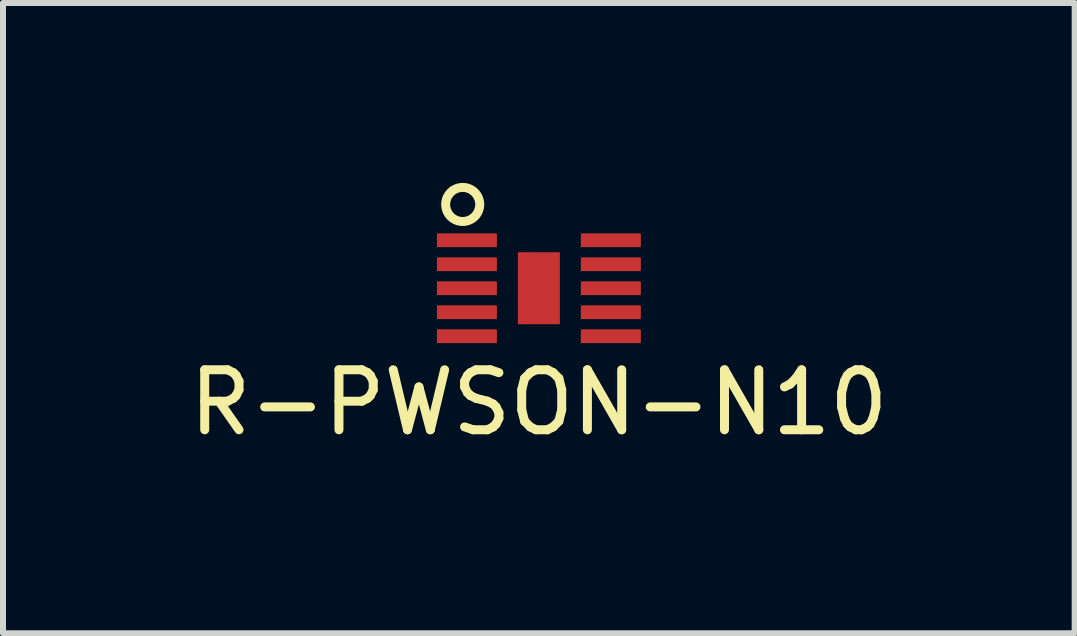
<source format=kicad_pcb>
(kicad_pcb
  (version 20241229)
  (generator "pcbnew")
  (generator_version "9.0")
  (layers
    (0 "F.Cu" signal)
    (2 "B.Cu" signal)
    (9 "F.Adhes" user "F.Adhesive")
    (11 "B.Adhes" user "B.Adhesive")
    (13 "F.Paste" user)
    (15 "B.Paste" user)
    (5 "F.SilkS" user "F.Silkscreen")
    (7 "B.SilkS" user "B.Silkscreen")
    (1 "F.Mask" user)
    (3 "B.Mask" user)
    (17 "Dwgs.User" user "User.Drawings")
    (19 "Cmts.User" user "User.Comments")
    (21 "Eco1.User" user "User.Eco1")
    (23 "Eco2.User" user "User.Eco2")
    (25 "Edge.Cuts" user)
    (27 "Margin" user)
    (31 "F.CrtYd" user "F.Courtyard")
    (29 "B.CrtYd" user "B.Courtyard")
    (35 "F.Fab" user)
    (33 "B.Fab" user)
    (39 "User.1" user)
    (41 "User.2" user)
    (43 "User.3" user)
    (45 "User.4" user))
  (footprint "R-PWSON-N10"
    (layer "F.Cu")
    (at 5.935 1.756)
    (property "Reference" "R-PWSON-N10" (at 0 1.905 0) (layer "F.SilkS") (effects (font (size 1 1) (thickness 0.15))))
    (attr through_hole)
    (fp_circle (center -1.27 -1.397) (end -1.016 -1.524) (stroke (width 0.15) (type solid)) (fill no) (layer "F.SilkS"))
    (pad "1" smd rect (at -1.2 -0.8) (size 1 0.23) (layers "F.Cu" "F.Mask" "F.Paste"))
    (pad "2" smd rect (at -1.2 -0.4) (size 1 0.23) (layers "F.Cu" "F.Mask" "F.Paste"))
    (pad "3" smd rect (at -1.2 0) (size 1 0.23) (layers "F.Cu" "F.Mask" "F.Paste"))
    (pad "4" smd rect (at -1.2 0.4) (size 1 0.23) (layers "F.Cu" "F.Mask" "F.Paste"))
    (pad "5" smd rect (at -1.2 0.8) (size 1 0.23) (layers "F.Cu" "F.Mask" "F.Paste"))
    (pad "6" smd rect (at 1.2 0.8) (size 1 0.23) (layers "F.Cu" "F.Mask" "F.Paste"))
    (pad "7" smd rect (at 1.2 0.4) (size 1 0.23) (layers "F.Cu" "F.Mask" "F.Paste"))
    (pad "8" smd rect (at 1.2 0) (size 1 0.23) (layers "F.Cu" "F.Mask" "F.Paste"))
    (pad "9" smd rect (at 1.2 -0.4) (size 1 0.23) (layers "F.Cu" "F.Mask" "F.Paste"))
    (pad "10" smd rect (at 1.2 -0.8) (size 1 0.23) (layers "F.Cu" "F.Mask" "F.Paste"))
    (pad "PAD" smd rect (at 0 0) (size 0.7 1.2) (layers "F.Cu" "F.Mask" "F.Paste")))
  (gr_rect
    (start -3 -3)
    (end 14.869 7.509)
    (stroke (width 0.1) (type default))
    (fill no)
    (layer "Edge.Cuts")))
</source>
